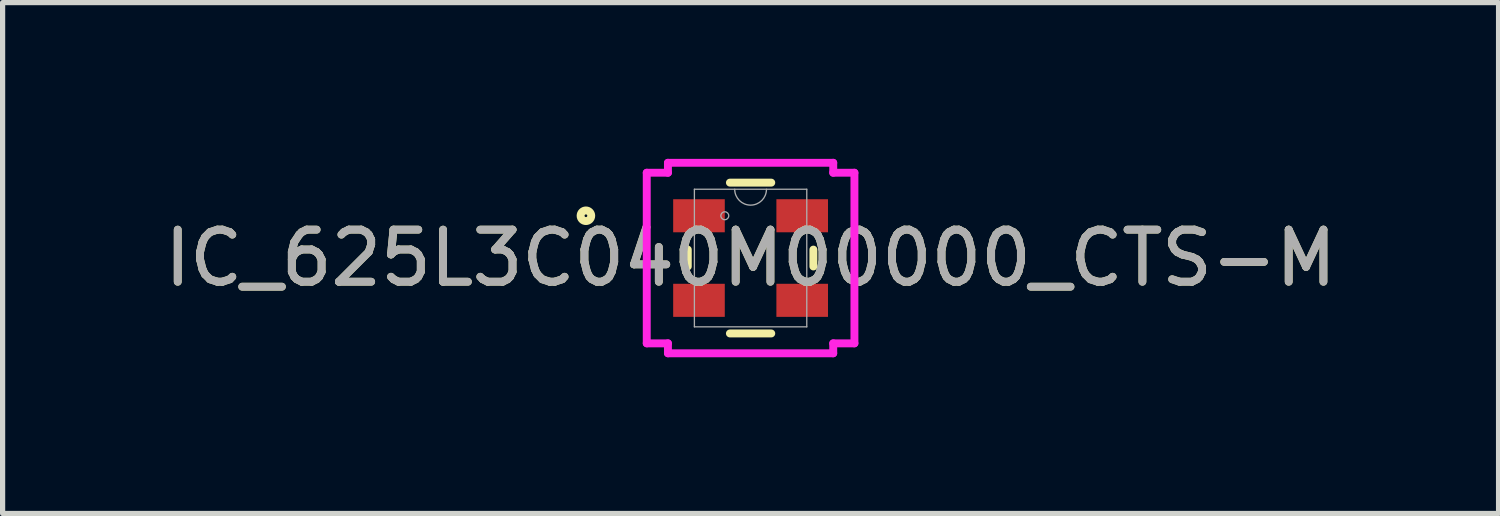
<source format=kicad_pcb>
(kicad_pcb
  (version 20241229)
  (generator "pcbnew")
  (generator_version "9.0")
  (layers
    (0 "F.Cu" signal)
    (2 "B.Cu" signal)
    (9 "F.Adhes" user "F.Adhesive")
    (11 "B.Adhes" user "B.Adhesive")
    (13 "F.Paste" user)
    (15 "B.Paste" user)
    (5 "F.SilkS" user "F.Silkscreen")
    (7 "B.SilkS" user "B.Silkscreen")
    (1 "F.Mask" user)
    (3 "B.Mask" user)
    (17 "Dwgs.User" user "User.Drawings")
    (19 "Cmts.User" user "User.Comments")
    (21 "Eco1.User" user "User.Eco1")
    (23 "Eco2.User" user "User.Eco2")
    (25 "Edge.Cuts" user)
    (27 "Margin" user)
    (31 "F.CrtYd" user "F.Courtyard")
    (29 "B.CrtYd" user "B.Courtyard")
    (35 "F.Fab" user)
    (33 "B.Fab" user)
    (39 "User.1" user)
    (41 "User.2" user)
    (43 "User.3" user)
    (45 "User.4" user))
  (footprint "IC_625L3C040M00000_CTS-M"
    (layer "F.Cu")
    (at 11.363 1.905)
    (property "Reference" "IC_625L3C040M00000_CTS-M" (at 0 0 0) (unlocked yes) (layer "F.SilkS") (effects (font (size 1 1) (thickness 0.15))))
    (attr smd)
    (fp_line (start -1.206 -0.162) (end -1.206 0.162) (stroke (width 0.152) (type solid)) (layer "F.SilkS"))
    (fp_line (start -0.397 1.448) (end 0.397 1.448) (stroke (width 0.152) (type solid)) (layer "F.SilkS"))
    (fp_line (start 0.397 -1.448) (end -0.397 -1.448) (stroke (width 0.152) (type solid)) (layer "F.SilkS"))
    (fp_line (start 1.206 0.162) (end 1.206 -0.162) (stroke (width 0.152) (type solid)) (layer "F.SilkS"))
    (fp_circle (center -3.162 -0.812) (end -3.06 -0.812) (stroke (width 0.152) (type solid)) (fill no) (layer "F.SilkS"))
    (fp_line (start -1.994 -1.638) (end -1.587 -1.638) (stroke (width 0.152) (type solid)) (layer "F.CrtYd"))
    (fp_line (start -1.994 1.638) (end -1.994 -1.638) (stroke (width 0.152) (type solid)) (layer "F.CrtYd"))
    (fp_line (start -1.994 1.638) (end -1.587 1.638) (stroke (width 0.152) (type solid)) (layer "F.CrtYd"))
    (fp_line (start -1.587 -1.829) (end 1.587 -1.829) (stroke (width 0.152) (type solid)) (layer "F.CrtYd"))
    (fp_line (start -1.587 -1.638) (end -1.587 -1.829) (stroke (width 0.152) (type solid)) (layer "F.CrtYd"))
    (fp_line (start -1.587 1.829) (end -1.587 1.638) (stroke (width 0.152) (type solid)) (layer "F.CrtYd"))
    (fp_line (start 1.587 -1.829) (end 1.587 -1.638) (stroke (width 0.152) (type solid)) (layer "F.CrtYd"))
    (fp_line (start 1.587 1.638) (end 1.587 1.829) (stroke (width 0.152) (type solid)) (layer "F.CrtYd"))
    (fp_line (start 1.587 1.829) (end -1.587 1.829) (stroke (width 0.152) (type solid)) (layer "F.CrtYd"))
    (fp_line (start 1.994 -1.638) (end 1.587 -1.638) (stroke (width 0.152) (type solid)) (layer "F.CrtYd"))
    (fp_line (start 1.994 -1.638) (end 1.994 1.638) (stroke (width 0.152) (type solid)) (layer "F.CrtYd"))
    (fp_line (start 1.994 1.638) (end 1.587 1.638) (stroke (width 0.152) (type solid)) (layer "F.CrtYd"))
    (fp_line (start -1.079 -1.321) (end -1.079 1.321) (stroke (width 0.025) (type solid)) (layer "F.Fab"))
    (fp_line (start -1.079 1.321) (end 1.079 1.321) (stroke (width 0.025) (type solid)) (layer "F.Fab"))
    (fp_line (start 1.079 -1.321) (end -1.079 -1.321) (stroke (width 0.025) (type solid)) (layer "F.Fab"))
    (fp_line (start 1.079 1.321) (end 1.079 -1.321) (stroke (width 0.025) (type solid)) (layer "F.Fab"))
    (fp_arc (start 0.3048 -1.3208) (mid 0 -1.016) (end -0.3048 -1.3208) (stroke (width 0.0254) (type solid)) (layer "F.Fab"))
    (fp_circle (center -0.495 -0.812) (end -0.419 -0.812) (stroke (width 0.025) (type solid)) (fill no) (layer "F.Fab"))
    (fp_text user "${REFERENCE}" (at 0 0 0) (unlocked yes) (layer "F.Fab") (effects (font (size 1 1) (thickness 0.15))))
    (pad "1" smd rect (at -0.991 -0.812) (size 0.991 0.635) (layers "F.Cu" "F.Mask" "F.Paste"))
    (pad "2" smd rect (at -0.991 0.812) (size 0.991 0.635) (layers "F.Cu" "F.Mask" "F.Paste"))
    (pad "3" smd rect (at 0.991 0.812) (size 0.991 0.635) (layers "F.Cu" "F.Mask" "F.Paste"))
    (pad "4" smd rect (at 0.991 -0.812) (size 0.991 0.635) (layers "F.Cu" "F.Mask" "F.Paste")))
  (gr_rect
    (start -3 -3)
    (end 25.726 6.81)
    (stroke (width 0.1) (type default))
    (fill no)
    (layer "Edge.Cuts")))
</source>
